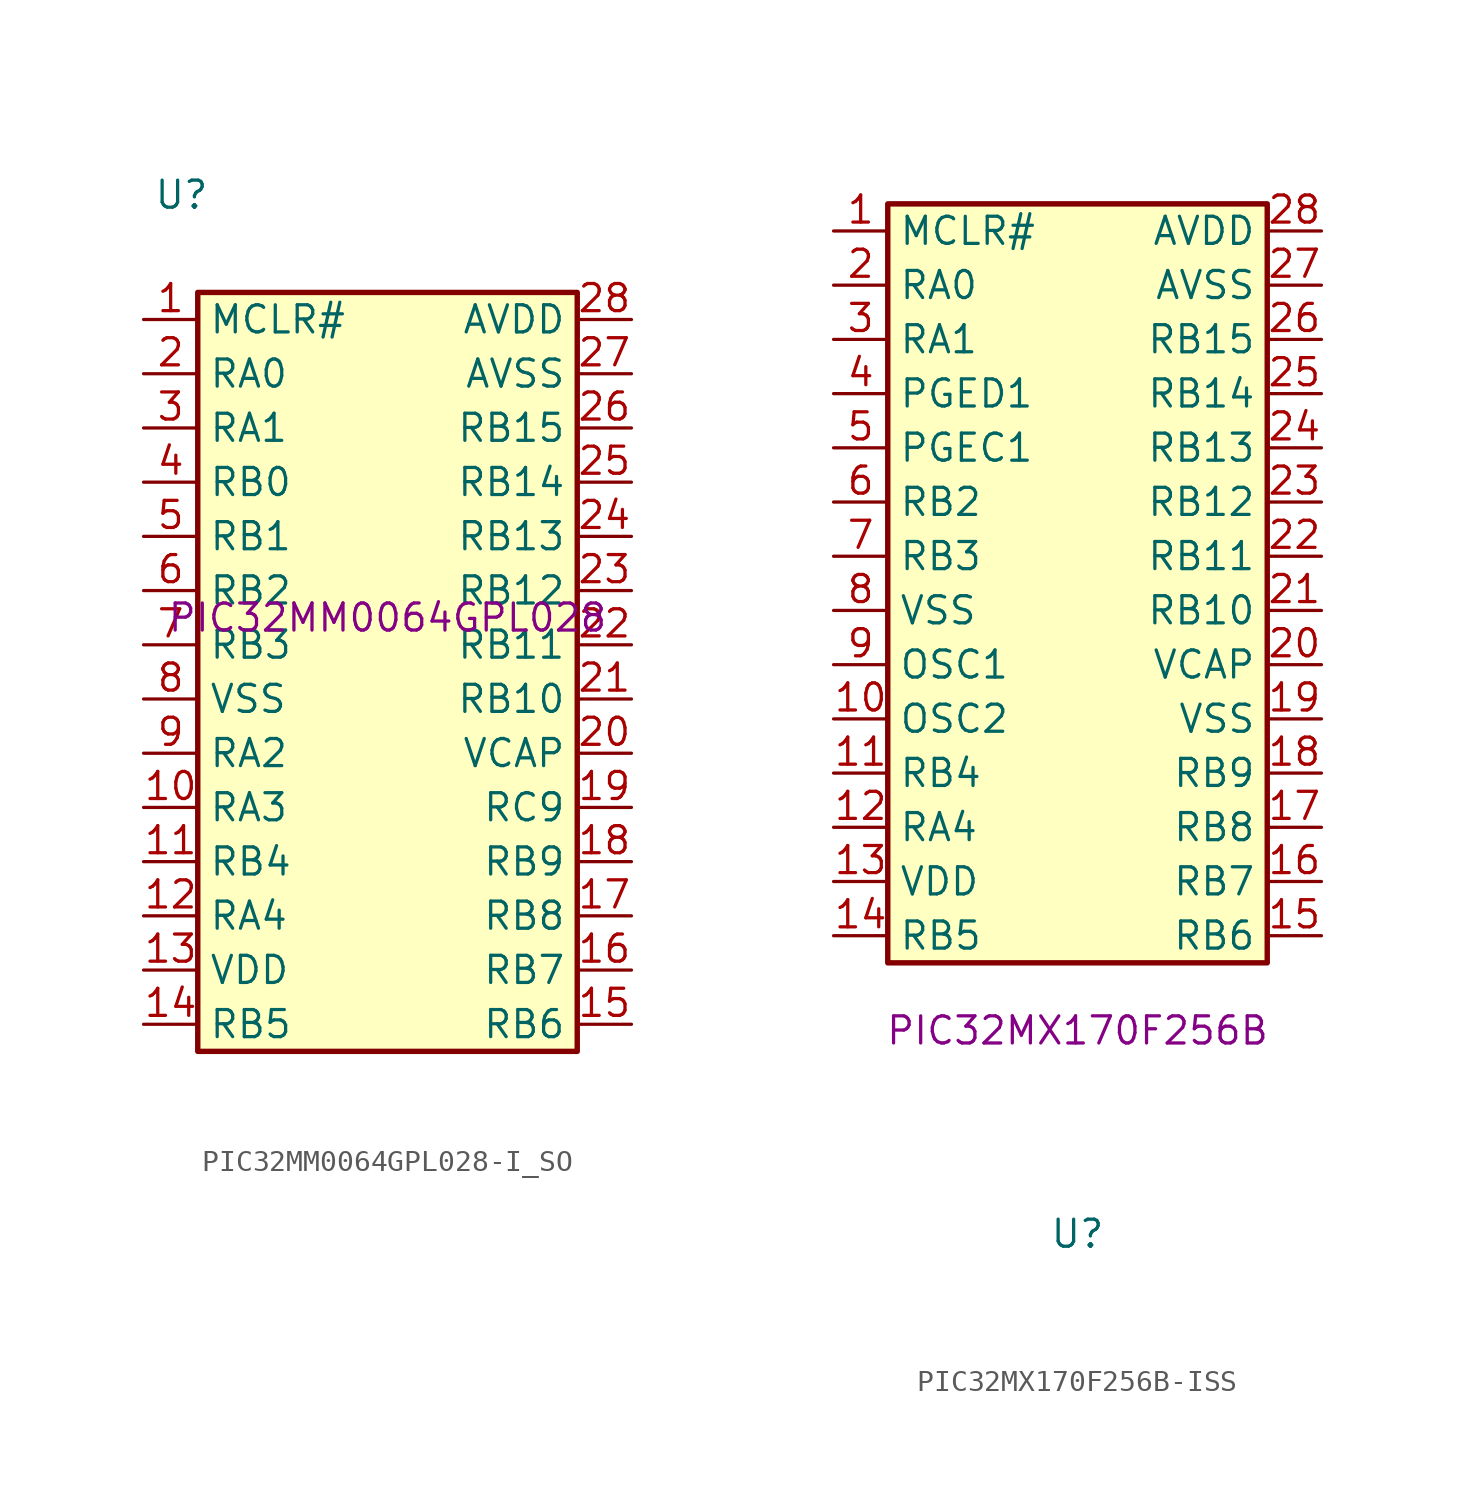
<source format=kicad_sym>
(kicad_symbol_lib
  (version 20211014)
  (generator kicad_symbol_editor)
  (symbol "PIC32MM0064GPL028-I_SO"
    (property "Reference" "U"
      (at -9.652 19.812 0)
      (effects (font (size 1.27 1.27))))
    (property "Comment" "PIC32MM0064GPL028"
      (at 0 0 0)
      (effects (font (size 1.27 1.27))))
    (symbol "PIC32MM0064GPL028-I_SO_0_1"
      (rectangle (start -8.89 15.24) (end 8.89 -20.32) (stroke (width 0.254) (type default) (color 0 0 0 0)) (fill (type background))))
    (symbol "PIC32MM0064GPL028-I_SO_1_1"
      (pin input line (at -11.43 13.97 0) (length 2.54) (name "MCLR#" (effects (font (size 1.27 1.27)))) (number "1" (effects (font (size 1.27 1.27)))))
      (pin bidirectional line (at -11.43 -8.89 0) (length 2.54) (name "RA3" (effects (font (size 1.27 1.27)))) (number "10" (effects (font (size 1.27 1.27)))))
      (pin bidirectional line (at -11.43 -11.43 0) (length 2.54) (name "RB4" (effects (font (size 1.27 1.27)))) (number "11" (effects (font (size 1.27 1.27)))))
      (pin bidirectional line (at -11.43 -13.97 0) (length 2.54) (name "RA4" (effects (font (size 1.27 1.27)))) (number "12" (effects (font (size 1.27 1.27)))))
      (pin power_in line (at -11.43 -16.51 0) (length 2.54) (name "VDD" (effects (font (size 1.27 1.27)))) (number "13" (effects (font (size 1.27 1.27)))))
      (pin bidirectional line (at -11.43 -19.05 0) (length 2.54) (name "RB5" (effects (font (size 1.27 1.27)))) (number "14" (effects (font (size 1.27 1.27)))))
      (pin bidirectional line (at 11.43 -19.05 180) (length 2.54) (name "RB6" (effects (font (size 1.27 1.27)))) (number "15" (effects (font (size 1.27 1.27)))))
      (pin bidirectional line (at 11.43 -16.51 180) (length 2.54) (name "RB7" (effects (font (size 1.27 1.27)))) (number "16" (effects (font (size 1.27 1.27)))))
      (pin bidirectional line (at 11.43 -13.97 180) (length 2.54) (name "RB8" (effects (font (size 1.27 1.27)))) (number "17" (effects (font (size 1.27 1.27)))))
      (pin bidirectional line (at 11.43 -11.43 180) (length 2.54) (name "RB9" (effects (font (size 1.27 1.27)))) (number "18" (effects (font (size 1.27 1.27)))))
      (pin bidirectional line (at 11.43 -8.89 180) (length 2.54) (name "RC9" (effects (font (size 1.27 1.27)))) (number "19" (effects (font (size 1.27 1.27)))))
      (pin bidirectional line (at -11.43 11.43 0) (length 2.54) (name "RA0" (effects (font (size 1.27 1.27)))) (number "2" (effects (font (size 1.27 1.27)))))
      (pin passive line (at 11.43 -6.35 180) (length 2.54) (name "VCAP" (effects (font (size 1.27 1.27)))) (number "20" (effects (font (size 1.27 1.27)))))
      (pin bidirectional line (at 11.43 -3.81 180) (length 2.54) (name "RB10" (effects (font (size 1.27 1.27)))) (number "21" (effects (font (size 1.27 1.27)))))
      (pin bidirectional line (at 11.43 -1.27 180) (length 2.54) (name "RB11" (effects (font (size 1.27 1.27)))) (number "22" (effects (font (size 1.27 1.27)))))
      (pin bidirectional line (at 11.43 1.27 180) (length 2.54) (name "RB12" (effects (font (size 1.27 1.27)))) (number "23" (effects (font (size 1.27 1.27)))))
      (pin bidirectional line (at 11.43 3.81 180) (length 2.54) (name "RB13" (effects (font (size 1.27 1.27)))) (number "24" (effects (font (size 1.27 1.27)))))
      (pin bidirectional line (at 11.43 6.35 180) (length 2.54) (name "RB14" (effects (font (size 1.27 1.27)))) (number "25" (effects (font (size 1.27 1.27)))))
      (pin bidirectional line (at 11.43 8.89 180) (length 2.54) (name "RB15" (effects (font (size 1.27 1.27)))) (number "26" (effects (font (size 1.27 1.27)))))
      (pin power_in line (at 11.43 11.43 180) (length 2.54) (name "AVSS" (effects (font (size 1.27 1.27)))) (number "27" (effects (font (size 1.27 1.27)))))
      (pin power_in line (at 11.43 13.97 180) (length 2.54) (name "AVDD" (effects (font (size 1.27 1.27)))) (number "28" (effects (font (size 1.27 1.27)))))
      (pin bidirectional line (at -11.43 8.89 0) (length 2.54) (name "RA1" (effects (font (size 1.27 1.27)))) (number "3" (effects (font (size 1.27 1.27)))))
      (pin bidirectional line (at -11.43 6.35 0) (length 2.54) (name "RB0" (effects (font (size 1.27 1.27)))) (number "4" (effects (font (size 1.27 1.27)))))
      (pin bidirectional line (at -11.43 3.81 0) (length 2.54) (name "RB1" (effects (font (size 1.27 1.27)))) (number "5" (effects (font (size 1.27 1.27)))))
      (pin bidirectional line (at -11.43 1.27 0) (length 2.54) (name "RB2" (effects (font (size 1.27 1.27)))) (number "6" (effects (font (size 1.27 1.27)))))
      (pin bidirectional line (at -11.43 -1.27 0) (length 2.54) (name "RB3" (effects (font (size 1.27 1.27)))) (number "7" (effects (font (size 1.27 1.27)))))
      (pin power_in line (at -11.43 -3.81 0) (length 2.54) (name "VSS" (effects (font (size 1.27 1.27)))) (number "8" (effects (font (size 1.27 1.27)))))
      (pin bidirectional line (at -11.43 -6.35 0) (length 2.54) (name "RA2" (effects (font (size 1.27 1.27)))) (number "9" (effects (font (size 1.27 1.27)))))))
  (symbol "PIC32MX170F256B-ISS"
    (property "Reference" "U"
      (at 0 -33.02 0)
      (effects (font (size 1.27 1.27))))
    (property "Comment" "PIC32MX170F256B"
      (at 0 -23.495 0)
      (effects (font (size 1.27 1.27))))
    (symbol "PIC32MX170F256B-ISS_0_1"
      (rectangle (start -8.89 15.24) (end 8.89 -20.32) (stroke (width 0.254) (type default) (color 0 0 0 0)) (fill (type background))))
    (symbol "PIC32MX170F256B-ISS_1_1"
      (pin input line (at -11.43 13.97 0) (length 2.54) (name "MCLR#" (effects (font (size 1.27 1.27)))) (number "1" (effects (font (size 1.27 1.27)))))
      (pin passive line (at -11.43 -8.89 0) (length 2.54) (name "OSC2" (effects (font (size 1.27 1.27)))) (number "10" (effects (font (size 1.27 1.27)))))
      (pin bidirectional line (at -11.43 -11.43 0) (length 2.54) (name "RB4" (effects (font (size 1.27 1.27)))) (number "11" (effects (font (size 1.27 1.27)))))
      (pin bidirectional line (at -11.43 -13.97 0) (length 2.54) (name "RA4" (effects (font (size 1.27 1.27)))) (number "12" (effects (font (size 1.27 1.27)))))
      (pin power_in line (at -11.43 -16.51 0) (length 2.54) (name "VDD" (effects (font (size 1.27 1.27)))) (number "13" (effects (font (size 1.27 1.27)))))
      (pin bidirectional line (at -11.43 -19.05 0) (length 2.54) (name "RB5" (effects (font (size 1.27 1.27)))) (number "14" (effects (font (size 1.27 1.27)))))
      (pin bidirectional line (at 11.43 -19.05 180) (length 2.54) (name "RB6" (effects (font (size 1.27 1.27)))) (number "15" (effects (font (size 1.27 1.27)))))
      (pin bidirectional line (at 11.43 -16.51 180) (length 2.54) (name "RB7" (effects (font (size 1.27 1.27)))) (number "16" (effects (font (size 1.27 1.27)))))
      (pin bidirectional line (at 11.43 -13.97 180) (length 2.54) (name "RB8" (effects (font (size 1.27 1.27)))) (number "17" (effects (font (size 1.27 1.27)))))
      (pin bidirectional line (at 11.43 -11.43 180) (length 2.54) (name "RB9" (effects (font (size 1.27 1.27)))) (number "18" (effects (font (size 1.27 1.27)))))
      (pin power_in line (at 11.43 -8.89 180) (length 2.54) (name "VSS" (effects (font (size 1.27 1.27)))) (number "19" (effects (font (size 1.27 1.27)))))
      (pin bidirectional line (at -11.43 11.43 0) (length 2.54) (name "RA0" (effects (font (size 1.27 1.27)))) (number "2" (effects (font (size 1.27 1.27)))))
      (pin passive line (at 11.43 -6.35 180) (length 2.54) (name "VCAP" (effects (font (size 1.27 1.27)))) (number "20" (effects (font (size 1.27 1.27)))))
      (pin bidirectional line (at 11.43 -3.81 180) (length 2.54) (name "RB10" (effects (font (size 1.27 1.27)))) (number "21" (effects (font (size 1.27 1.27)))))
      (pin bidirectional line (at 11.43 -1.27 180) (length 2.54) (name "RB11" (effects (font (size 1.27 1.27)))) (number "22" (effects (font (size 1.27 1.27)))))
      (pin bidirectional line (at 11.43 1.27 180) (length 2.54) (name "RB12" (effects (font (size 1.27 1.27)))) (number "23" (effects (font (size 1.27 1.27)))))
      (pin bidirectional line (at 11.43 3.81 180) (length 2.54) (name "RB13" (effects (font (size 1.27 1.27)))) (number "24" (effects (font (size 1.27 1.27)))))
      (pin bidirectional line (at 11.43 6.35 180) (length 2.54) (name "RB14" (effects (font (size 1.27 1.27)))) (number "25" (effects (font (size 1.27 1.27)))))
      (pin bidirectional line (at 11.43 8.89 180) (length 2.54) (name "RB15" (effects (font (size 1.27 1.27)))) (number "26" (effects (font (size 1.27 1.27)))))
      (pin power_in line (at 11.43 11.43 180) (length 2.54) (name "AVSS" (effects (font (size 1.27 1.27)))) (number "27" (effects (font (size 1.27 1.27)))))
      (pin power_in line (at 11.43 13.97 180) (length 2.54) (name "AVDD" (effects (font (size 1.27 1.27)))) (number "28" (effects (font (size 1.27 1.27)))))
      (pin bidirectional line (at -11.43 8.89 0) (length 2.54) (name "RA1" (effects (font (size 1.27 1.27)))) (number "3" (effects (font (size 1.27 1.27)))))
      (pin bidirectional line (at -11.43 6.35 0) (length 2.54) (name "PGED1" (effects (font (size 1.27 1.27)))) (number "4" (effects (font (size 1.27 1.27)))))
      (pin bidirectional line (at -11.43 3.81 0) (length 2.54) (name "PGEC1" (effects (font (size 1.27 1.27)))) (number "5" (effects (font (size 1.27 1.27)))))
      (pin bidirectional line (at -11.43 1.27 0) (length 2.54) (name "RB2" (effects (font (size 1.27 1.27)))) (number "6" (effects (font (size 1.27 1.27)))))
      (pin bidirectional line (at -11.43 -1.27 0) (length 2.54) (name "RB3" (effects (font (size 1.27 1.27)))) (number "7" (effects (font (size 1.27 1.27)))))
      (pin power_in line (at -11.43 -3.81 0) (length 2.54) (name "VSS" (effects (font (size 1.27 1.27)))) (number "8" (effects (font (size 1.27 1.27)))))
      (pin passive line (at -11.43 -6.35 0) (length 2.54) (name "OSC1" (effects (font (size 1.27 1.27)))) (number "9" (effects (font (size 1.27 1.27))))))))
</source>
